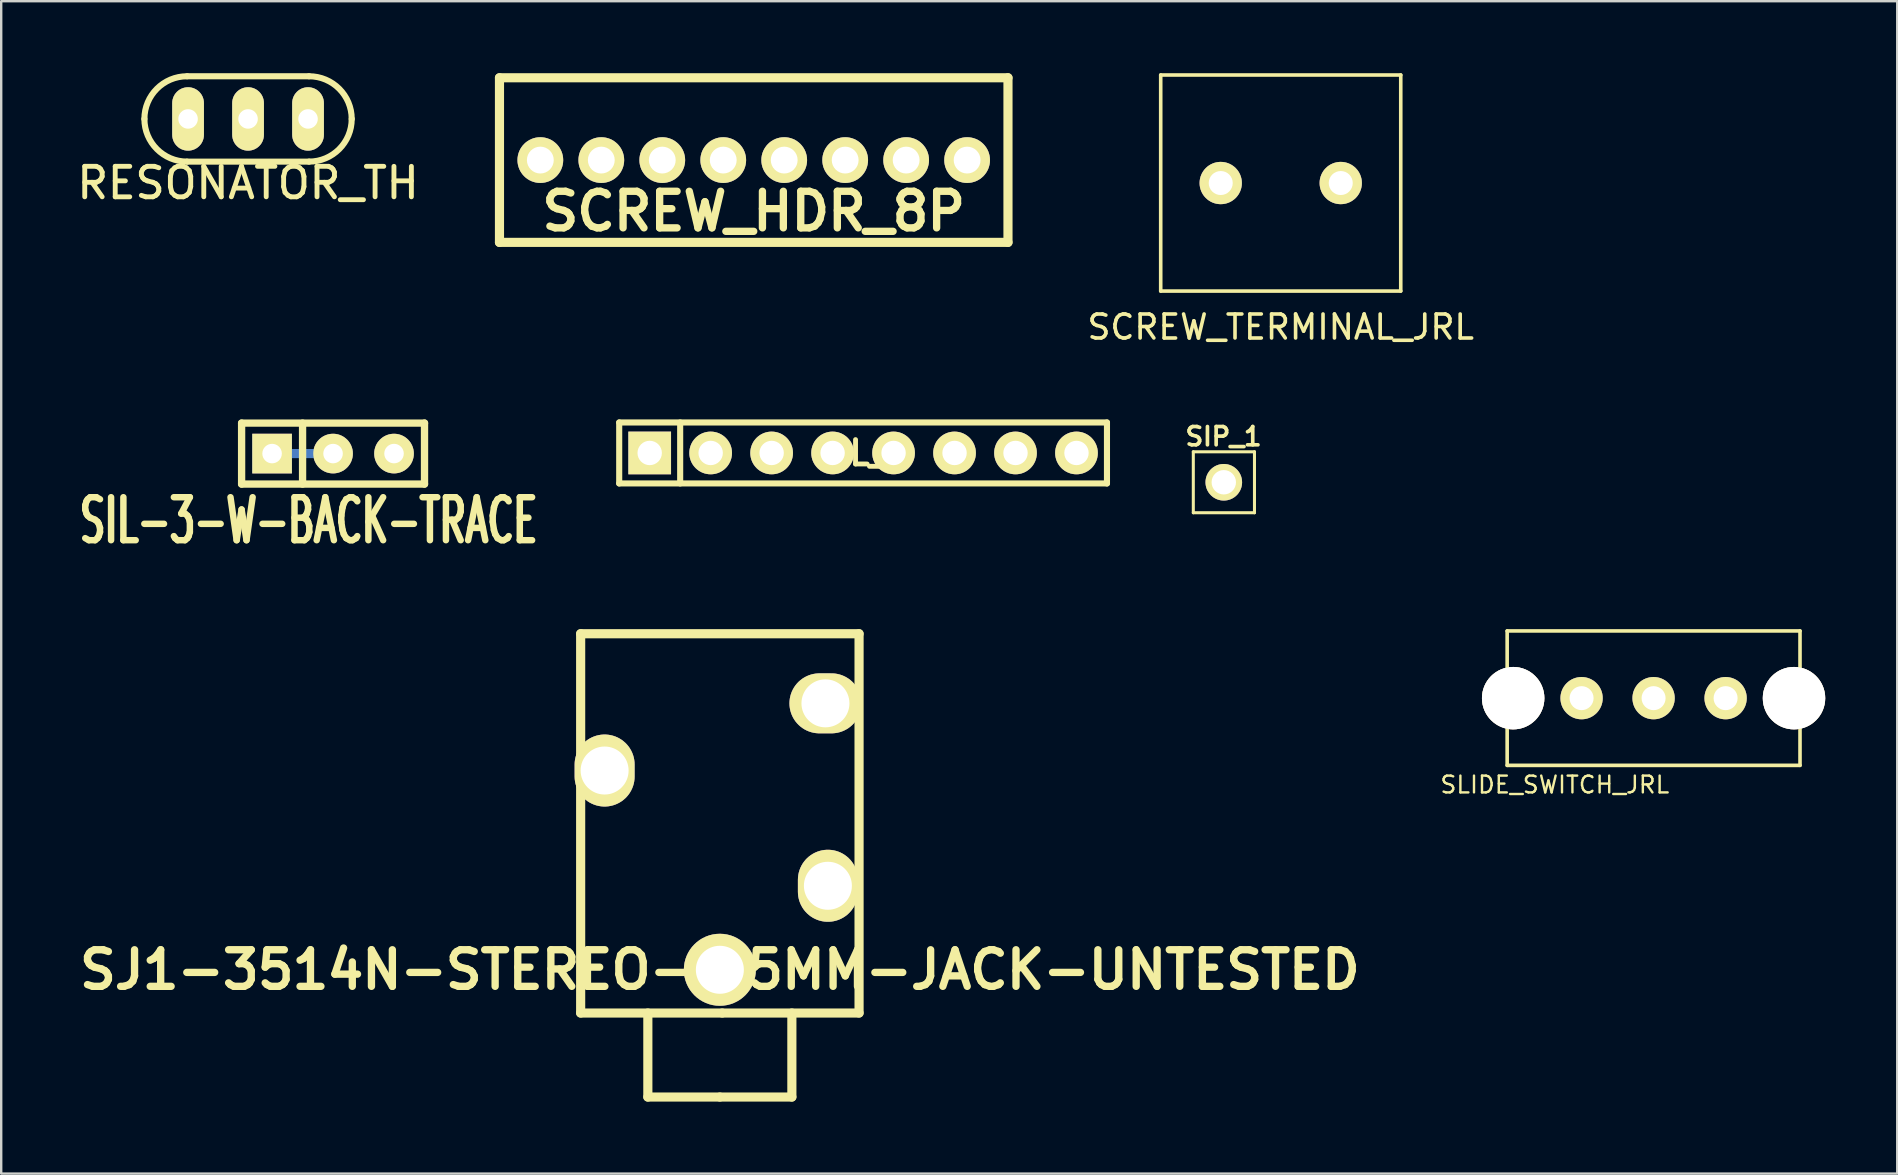
<source format=kicad_pcb>
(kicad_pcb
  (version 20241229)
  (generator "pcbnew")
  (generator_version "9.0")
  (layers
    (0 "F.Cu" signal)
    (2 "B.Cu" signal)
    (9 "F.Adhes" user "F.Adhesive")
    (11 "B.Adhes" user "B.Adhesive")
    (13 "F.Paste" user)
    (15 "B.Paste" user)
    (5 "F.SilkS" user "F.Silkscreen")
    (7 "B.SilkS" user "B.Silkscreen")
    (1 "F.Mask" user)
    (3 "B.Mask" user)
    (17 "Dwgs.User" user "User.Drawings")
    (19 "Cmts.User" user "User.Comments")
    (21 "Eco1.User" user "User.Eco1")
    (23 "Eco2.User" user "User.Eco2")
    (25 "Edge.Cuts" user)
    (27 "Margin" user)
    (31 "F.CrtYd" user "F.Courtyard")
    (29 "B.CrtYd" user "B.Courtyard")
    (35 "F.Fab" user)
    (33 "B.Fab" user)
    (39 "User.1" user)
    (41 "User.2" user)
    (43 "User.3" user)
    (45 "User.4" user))
  (footprint "SJ1-3514N-STEREO-3.5MM-JACK-UNTESTED"
    (layer "F.Cu")
    (at 26.939 37.351)
    (property "Reference" "SJ1-3514N-STEREO-3.5MM-JACK-UNTESTED" (at 0 0 0) (layer "F.SilkS") (effects (font (size 1.524 1.524) (thickness 0.305))))
    (attr through_hole)
    (fp_line (start -5.799 -14) (end -5.799 1.801) (stroke (width 0.381) (type solid)) (layer "F.SilkS"))
    (fp_line (start -5.799 1.801) (end 0.099 1.801) (stroke (width 0.381) (type solid)) (layer "F.SilkS"))
    (fp_line (start -3 5.301) (end -3 1.801) (stroke (width 0.381) (type solid)) (layer "F.SilkS"))
    (fp_line (start 0 5.301) (end -3 5.301) (stroke (width 0.381) (type solid)) (layer "F.SilkS"))
    (fp_line (start 0 5.301) (end 3 5.301) (stroke (width 0.381) (type solid)) (layer "F.SilkS"))
    (fp_line (start 0.099 1.801) (end 5.799 1.801) (stroke (width 0.381) (type solid)) (layer "F.SilkS"))
    (fp_line (start 3 5.301) (end 3 1.801) (stroke (width 0.381) (type solid)) (layer "F.SilkS"))
    (fp_line (start 5.799 -14) (end -5.799 -14) (stroke (width 0.381) (type solid)) (layer "F.SilkS"))
    (fp_line (start 5.799 1.801) (end 5.799 -14) (stroke (width 0.381) (type solid)) (layer "F.SilkS"))
    (pad "S" thru_hole oval (at -4.801 -8.301) (size 2.499 3) (drill 1.999) (layers "*.Cu" "*.Mask" "F.SilkS"))
    (pad "S" thru_hole circle (at 0 0) (size 3 3) (drill 1.999) (layers "*.Cu" "*.Mask" "F.SilkS"))
    (pad "T" thru_hole oval (at 4.501 -3.5) (size 2.499 3) (drill 1.999) (layers "*.Cu" "*.Mask" "F.SilkS"))
    (pad "T_SW" thru_hole oval (at 4.399 -11.1) (size 3 2.499) (drill 1.999) (layers "*.Cu" "*.Mask" "F.SilkS")))
  (footprint "SIL_8"
    (layer "F.Cu")
    (at 32.906 15.82)
    (property "Reference" "SIL_8" (at 0 0 0) (layer "F.SilkS") (effects (font (size 1.016 1.016) (thickness 0.203))))
    (attr through_hole)
    (fp_line (start -10.16 -1.27) (end 10.16 -1.27) (stroke (width 0.254) (type solid)) (layer "F.SilkS"))
    (fp_line (start -10.16 1.27) (end -10.16 -1.27) (stroke (width 0.254) (type solid)) (layer "F.SilkS"))
    (fp_line (start -7.62 1.27) (end -7.62 -1.27) (stroke (width 0.254) (type solid)) (layer "F.SilkS"))
    (fp_line (start 10.16 -1.27) (end 10.16 1.27) (stroke (width 0.254) (type solid)) (layer "F.SilkS"))
    (fp_line (start 10.16 1.27) (end -10.16 1.27) (stroke (width 0.254) (type solid)) (layer "F.SilkS"))
    (pad "1" thru_hole rect (at -8.89 0) (size 1.778 1.778) (drill 1.016) (layers "*.Cu" "*.Mask" "F.SilkS"))
    (pad "2" thru_hole circle (at -6.35 0) (size 1.778 1.778) (drill 1.016) (layers "*.Cu" "*.Mask" "F.SilkS"))
    (pad "3" thru_hole circle (at -3.81 0) (size 1.778 1.778) (drill 1.016) (layers "*.Cu" "*.Mask" "F.SilkS"))
    (pad "4" thru_hole circle (at -1.27 0) (size 1.778 1.778) (drill 1.016) (layers "*.Cu" "*.Mask" "F.SilkS"))
    (pad "5" thru_hole circle (at 1.27 0) (size 1.778 1.778) (drill 1.016) (layers "*.Cu" "*.Mask" "F.SilkS"))
    (pad "6" thru_hole circle (at 3.81 0) (size 1.778 1.778) (drill 1.016) (layers "*.Cu" "*.Mask" "F.SilkS"))
    (pad "7" thru_hole circle (at 6.35 0) (size 1.778 1.778) (drill 1.016) (layers "*.Cu" "*.Mask" "F.SilkS"))
    (pad "8" thru_hole circle (at 8.89 0) (size 1.778 1.778) (drill 1.016) (layers "*.Cu" "*.Mask" "F.SilkS")))
  (footprint "SIL-3-W-BACK-TRACE"
    (layer "F.Cu")
    (at 10.825 15.846)
    (property "Reference" "SIL-3-W-BACK-TRACE" (at -1.016 2.794 0) (layer "F.SilkS") (effects (font (size 1.791 1.077) (thickness 0.269))))
    (attr through_hole)
    (fp_line (start 0 0) (end -2.499 0) (stroke (width 0.381) (type solid)) (layer "B.Cu"))
    (fp_line (start -3.81 -1.27) (end 3.81 -1.27) (stroke (width 0.305) (type solid)) (layer "F.SilkS"))
    (fp_line (start -3.81 1.27) (end -3.81 -1.27) (stroke (width 0.305) (type solid)) (layer "F.SilkS"))
    (fp_line (start -1.27 -1.27) (end -1.27 1.27) (stroke (width 0.305) (type solid)) (layer "F.SilkS"))
    (fp_line (start 3.81 -1.27) (end 3.81 1.27) (stroke (width 0.305) (type solid)) (layer "F.SilkS"))
    (fp_line (start 3.81 1.27) (end -3.81 1.27) (stroke (width 0.305) (type solid)) (layer "F.SilkS"))
    (pad "1" thru_hole rect (at -2.54 0) (size 1.651 1.651) (drill 0.813) (layers "*.Cu" "*.Mask" "F.SilkS"))
    (pad "2" thru_hole circle (at 0 0) (size 1.651 1.651) (drill 0.813) (layers "*.Cu" "*.Mask" "F.SilkS"))
    (pad "3" thru_hole circle (at 2.54 0) (size 1.651 1.651) (drill 0.813) (layers "*.Cu" "*.Mask" "F.SilkS")))
  (footprint "SIP_1"
    (layer "F.Cu")
    (at 47.923 17.041)
    (property "Reference" "SIP_1" (at 0 -1.905 0) (layer "F.SilkS") (effects (font (size 0.762 0.762) (thickness 0.152))))
    (attr through_hole)
    (fp_line (start -1.26 -1.27) (end 1.29 -1.27) (stroke (width 0.127) (type solid)) (layer "F.SilkS"))
    (fp_line (start -1.26 1.27) (end -1.26 -1.27) (stroke (width 0.127) (type solid)) (layer "F.SilkS"))
    (fp_line (start -1.26 1.27) (end 1.29 1.27) (stroke (width 0.127) (type solid)) (layer "F.SilkS"))
    (fp_line (start 1.288 -1.27) (end 1.288 1.27) (stroke (width 0.127) (type solid)) (layer "F.SilkS"))
    (pad "1" thru_hole circle (at 0.01 0) (size 1.524 1.524) (drill 1.016) (layers "*.Cu" "*.Mask" "F.SilkS")))
  (footprint "SCREW_TERMINAL_JRL"
    (layer "F.Cu")
    (at 50.305 4.575)
    (property "Reference" "SCREW_TERMINAL_JRL" (at 0 6 0) (layer "F.SilkS") (effects (font (size 1 1) (thickness 0.15))))
    (attr through_hole)
    (fp_line (start -5 -4.5) (end 5 -4.5) (stroke (width 0.15) (type solid)) (layer "F.SilkS"))
    (fp_line (start -5 4.5) (end -5 -4.5) (stroke (width 0.15) (type solid)) (layer "F.SilkS"))
    (fp_line (start 5 -4.5) (end 5 4.5) (stroke (width 0.15) (type solid)) (layer "F.SilkS"))
    (fp_line (start 5 4.5) (end -5 4.5) (stroke (width 0.15) (type solid)) (layer "F.SilkS"))
    (pad "1" thru_hole circle (at -2.5 0) (size 1.762 1.762) (drill 1) (layers "*.Cu" "*.Mask" "F.SilkS"))
    (pad "2" thru_hole circle (at 2.5 0) (size 1.762 1.762) (drill 1) (layers "*.Cu" "*.Mask" "F.SilkS")))
  (footprint "SLIDE_SWITCH_JRL"
    (layer "F.Cu")
    (at 65.838 26.035)
    (property "Reference" "SLIDE_SWITCH_JRL" (at -4.115 3.607 0) (layer "F.SilkS") (effects (font (size 0.7 0.7) (thickness 0.1))))
    (attr through_hole)
    (fp_line (start -6.1 -2.8) (end 6.1 -2.8) (stroke (width 0.15) (type solid)) (layer "F.SilkS"))
    (fp_line (start -6.1 2.8) (end -6.1 -2.8) (stroke (width 0.15) (type solid)) (layer "F.SilkS"))
    (fp_line (start 6.1 -2.8) (end 6.1 2.8) (stroke (width 0.15) (type solid)) (layer "F.SilkS"))
    (fp_line (start 6.1 2.8) (end -6.1 2.8) (stroke (width 0.15) (type solid)) (layer "F.SilkS"))
    (pad "" thru_hole oval (at -5.85 0) (size 2.6 2.6) (drill oval 2.6) (layers "*.Cu" "F.SilkS"))
    (pad "" thru_hole oval (at 5.85 0) (size 2.6 2.6) (drill oval 2.6) (layers "*.Cu" "F.SilkS"))
    (pad "1" thru_hole circle (at -3 0) (size 1.762 1.762) (drill 1) (layers "*.Cu" "*.Mask" "F.SilkS"))
    (pad "2" thru_hole circle (at 0 0) (size 1.762 1.762) (drill 1) (layers "*.Cu" "*.Mask" "F.SilkS"))
    (pad "3" thru_hole circle (at 3 0) (size 1.762 1.762) (drill 1) (layers "*.Cu" "*.Mask" "F.SilkS")))
  (footprint "RESONATOR_TH"
    (layer "F.Cu")
    (at 7.284 1.905)
    (property "Reference" "RESONATOR_TH" (at 0 2.667 0) (layer "F.SilkS") (effects (font (size 1.27 1.27) (thickness 0.203))))
    (attr exclude_from_pos_files exclude_from_bom)
    (fp_line (start -2.54 -1.778) (end 2.54 -1.778) (stroke (width 0.254) (type solid)) (layer "F.SilkS"))
    (fp_line (start 2.54 1.778) (end -2.54 1.778) (stroke (width 0.254) (type solid)) (layer "F.SilkS"))
    (fp_arc (start -4.318 0) (mid -3.797236 -1.257236) (end -2.54 -1.778) (stroke (width 0.254) (type solid)) (layer "F.SilkS"))
    (fp_arc (start -2.54 1.778) (mid -3.797236 1.257236) (end -4.318 0) (stroke (width 0.254) (type solid)) (layer "F.SilkS"))
    (fp_arc (start 2.54 -1.778) (mid 3.797236 -1.257236) (end 4.318 0) (stroke (width 0.254) (type solid)) (layer "F.SilkS"))
    (fp_arc (start 4.318 0) (mid 3.797236 1.257236) (end 2.54 1.778) (stroke (width 0.254) (type solid)) (layer "F.SilkS"))
    (pad "1" thru_hole oval (at -2.499 0) (size 1.321 2.642) (drill 0.813) (layers "*.Cu" "F.Mask" "F.SilkS" "F.Paste"))
    (pad "2" thru_hole oval (at 0 0) (size 1.321 2.642) (drill 0.813) (layers "*.Cu" "F.Mask" "F.SilkS" "F.Paste"))
    (pad "3" thru_hole oval (at 2.499 0) (size 1.321 2.642) (drill 0.813) (layers "*.Cu" "F.Mask" "F.SilkS" "F.Paste")))
  (footprint "SCREW_HDR_8P"
    (layer "F.Cu")
    (at 28.35 3.619)
    (property "Reference" "SCREW_HDR_8P" (at 0 2.134 0) (layer "F.SilkS") (effects (font (size 1.524 1.524) (thickness 0.305))))
    (attr through_hole)
    (fp_line (start -10.592 -3.429) (end -10.592 3.429) (stroke (width 0.381) (type solid)) (layer "F.SilkS"))
    (fp_line (start 10.592 -3.429) (end -10.592 -3.429) (stroke (width 0.381) (type solid)) (layer "F.SilkS"))
    (fp_line (start 10.592 3.429) (end -10.592 3.429) (stroke (width 0.381) (type solid)) (layer "F.SilkS"))
    (fp_line (start 10.592 3.429) (end 10.592 -3.429) (stroke (width 0.381) (type solid)) (layer "F.SilkS"))
    (pad "1" thru_hole circle (at -8.89 0) (size 1.905 1.905) (drill 1.118) (layers "*.Cu" "*.Mask" "F.SilkS"))
    (pad "2" thru_hole circle (at -6.35 0) (size 1.905 1.905) (drill 1.118) (layers "*.Cu" "*.Mask" "F.SilkS"))
    (pad "3" thru_hole circle (at -3.81 0) (size 1.905 1.905) (drill 1.118) (layers "*.Cu" "*.Mask" "F.SilkS"))
    (pad "4" thru_hole circle (at -1.27 0) (size 1.905 1.905) (drill 1.118) (layers "*.Cu" "*.Mask" "F.SilkS"))
    (pad "5" thru_hole circle (at 1.27 0) (size 1.905 1.905) (drill 1.118) (layers "*.Cu" "*.Mask" "F.SilkS"))
    (pad "6" thru_hole circle (at 3.81 0) (size 1.905 1.905) (drill 1.118) (layers "*.Cu" "*.Mask" "F.SilkS"))
    (pad "7" thru_hole circle (at 6.35 0) (size 1.905 1.905) (drill 1.118) (layers "*.Cu" "*.Mask" "F.SilkS"))
    (pad "8" thru_hole circle (at 8.89 0) (size 1.905 1.905) (drill 1.118) (layers "*.Cu" "*.Mask" "F.SilkS")))
  (gr_rect
    (start -3 -3)
    (end 75.988 45.842)
    (stroke (width 0.1) (type default))
    (fill no)
    (layer "Edge.Cuts")))
</source>
